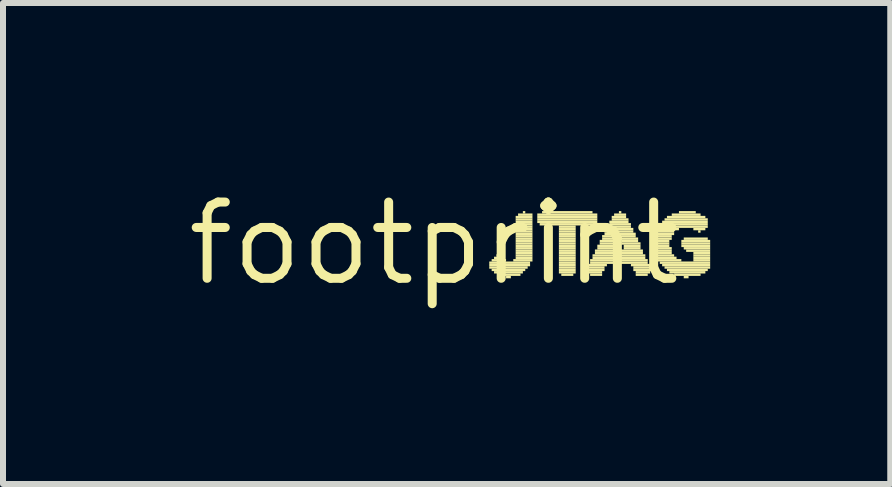
<source format=kicad_pcb>
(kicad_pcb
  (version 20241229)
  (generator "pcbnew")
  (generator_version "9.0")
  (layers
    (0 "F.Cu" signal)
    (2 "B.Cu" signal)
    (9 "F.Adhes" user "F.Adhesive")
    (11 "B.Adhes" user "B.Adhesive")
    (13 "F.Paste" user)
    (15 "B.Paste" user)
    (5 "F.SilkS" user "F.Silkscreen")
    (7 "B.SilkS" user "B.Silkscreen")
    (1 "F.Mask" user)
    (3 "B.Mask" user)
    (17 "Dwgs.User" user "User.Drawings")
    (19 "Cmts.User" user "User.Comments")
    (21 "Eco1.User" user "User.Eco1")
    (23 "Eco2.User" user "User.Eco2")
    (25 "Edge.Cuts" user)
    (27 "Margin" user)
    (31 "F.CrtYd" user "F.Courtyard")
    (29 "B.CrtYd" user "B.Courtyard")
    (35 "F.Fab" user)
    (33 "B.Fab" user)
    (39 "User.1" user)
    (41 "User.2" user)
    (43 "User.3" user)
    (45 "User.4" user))
  (footprint "footprint"
    (layer "F.Cu")
    (at 4.18 1.006)
    (property "Reference" "footprint" (at 0 0 0) (layer "F.SilkS") (effects (font (size 1.27 1.27) (thickness 0.15))))
    (fp_poly (pts (xy 0.92 0.34) (xy 1.6 0.34) (xy 1.6 0.3) (xy 0.92 0.3)) (stroke (width 0) (type solid)) (fill yes) (layer "F.SilkS"))
    (fp_poly (pts (xy 0.92 0.38) (xy 1.6 0.38) (xy 1.6 0.34) (xy 0.92 0.34)) (stroke (width 0) (type solid)) (fill yes) (layer "F.SilkS"))
    (fp_poly (pts (xy 0.92 0.42) (xy 1.56 0.42) (xy 1.56 0.38) (xy 0.92 0.38)) (stroke (width 0) (type solid)) (fill yes) (layer "F.SilkS"))
    (fp_poly (pts (xy 0.96 0.3) (xy 1.2 0.3) (xy 1.2 0.26) (xy 0.96 0.26)) (stroke (width 0) (type solid)) (fill yes) (layer "F.SilkS"))
    (fp_poly (pts (xy 0.96 0.46) (xy 1.52 0.46) (xy 1.52 0.42) (xy 0.96 0.42)) (stroke (width 0) (type solid)) (fill yes) (layer "F.SilkS"))
    (fp_poly (pts (xy 1 0.26) (xy 1.16 0.26) (xy 1.16 0.22) (xy 1 0.22)) (stroke (width 0) (type solid)) (fill yes) (layer "F.SilkS"))
    (fp_poly (pts (xy 1 0.5) (xy 1.48 0.5) (xy 1.48 0.46) (xy 1 0.46)) (stroke (width 0) (type solid)) (fill yes) (layer "F.SilkS"))
    (fp_poly (pts (xy 1.04 0.22) (xy 1.08 0.22) (xy 1.08 0.18) (xy 1.04 0.18)) (stroke (width 0) (type solid)) (fill yes) (layer "F.SilkS"))
    (fp_poly (pts (xy 1.08 0.54) (xy 1.44 0.54) (xy 1.44 0.5) (xy 1.08 0.5)) (stroke (width 0) (type solid)) (fill yes) (layer "F.SilkS"))
    (fp_poly (pts (xy 1.2 0.58) (xy 1.28 0.58) (xy 1.28 0.54) (xy 1.2 0.54)) (stroke (width 0) (type solid)) (fill yes) (layer "F.SilkS"))
    (fp_poly (pts (xy 1.32 0.3) (xy 1.64 0.3) (xy 1.64 0.26) (xy 1.32 0.26)) (stroke (width 0) (type solid)) (fill yes) (layer "F.SilkS"))
    (fp_poly (pts (xy 1.36 -0.42) (xy 1.64 -0.42) (xy 1.64 -0.46) (xy 1.36 -0.46)) (stroke (width 0) (type solid)) (fill yes) (layer "F.SilkS"))
    (fp_poly (pts (xy 1.36 -0.38) (xy 1.64 -0.38) (xy 1.64 -0.42) (xy 1.36 -0.42)) (stroke (width 0) (type solid)) (fill yes) (layer "F.SilkS"))
    (fp_poly (pts (xy 1.36 -0.34) (xy 1.64 -0.34) (xy 1.64 -0.38) (xy 1.36 -0.38)) (stroke (width 0) (type solid)) (fill yes) (layer "F.SilkS"))
    (fp_poly (pts (xy 1.36 -0.3) (xy 1.64 -0.3) (xy 1.64 -0.34) (xy 1.36 -0.34)) (stroke (width 0) (type solid)) (fill yes) (layer "F.SilkS"))
    (fp_poly (pts (xy 1.36 -0.26) (xy 1.64 -0.26) (xy 1.64 -0.3) (xy 1.36 -0.3)) (stroke (width 0) (type solid)) (fill yes) (layer "F.SilkS"))
    (fp_poly (pts (xy 1.36 -0.22) (xy 1.64 -0.22) (xy 1.64 -0.26) (xy 1.36 -0.26)) (stroke (width 0) (type solid)) (fill yes) (layer "F.SilkS"))
    (fp_poly (pts (xy 1.36 -0.18) (xy 1.64 -0.18) (xy 1.64 -0.22) (xy 1.36 -0.22)) (stroke (width 0) (type solid)) (fill yes) (layer "F.SilkS"))
    (fp_poly (pts (xy 1.36 -0.14) (xy 1.64 -0.14) (xy 1.64 -0.18) (xy 1.36 -0.18)) (stroke (width 0) (type solid)) (fill yes) (layer "F.SilkS"))
    (fp_poly (pts (xy 1.36 -0.1) (xy 1.64 -0.1) (xy 1.64 -0.14) (xy 1.36 -0.14)) (stroke (width 0) (type solid)) (fill yes) (layer "F.SilkS"))
    (fp_poly (pts (xy 1.36 -0.06) (xy 1.64 -0.06) (xy 1.64 -0.1) (xy 1.36 -0.1)) (stroke (width 0) (type solid)) (fill yes) (layer "F.SilkS"))
    (fp_poly (pts (xy 1.36 -0.02) (xy 1.64 -0.02) (xy 1.64 -0.06) (xy 1.36 -0.06)) (stroke (width 0) (type solid)) (fill yes) (layer "F.SilkS"))
    (fp_poly (pts (xy 1.36 0.02) (xy 1.64 0.02) (xy 1.64 -0.02) (xy 1.36 -0.02)) (stroke (width 0) (type solid)) (fill yes) (layer "F.SilkS"))
    (fp_poly (pts (xy 1.36 0.06) (xy 1.64 0.06) (xy 1.64 0.02) (xy 1.36 0.02)) (stroke (width 0) (type solid)) (fill yes) (layer "F.SilkS"))
    (fp_poly (pts (xy 1.36 0.1) (xy 1.64 0.1) (xy 1.64 0.06) (xy 1.36 0.06)) (stroke (width 0) (type solid)) (fill yes) (layer "F.SilkS"))
    (fp_poly (pts (xy 1.36 0.14) (xy 1.64 0.14) (xy 1.64 0.1) (xy 1.36 0.1)) (stroke (width 0) (type solid)) (fill yes) (layer "F.SilkS"))
    (fp_poly (pts (xy 1.36 0.18) (xy 1.64 0.18) (xy 1.64 0.14) (xy 1.36 0.14)) (stroke (width 0) (type solid)) (fill yes) (layer "F.SilkS"))
    (fp_poly (pts (xy 1.36 0.22) (xy 1.64 0.22) (xy 1.64 0.18) (xy 1.36 0.18)) (stroke (width 0) (type solid)) (fill yes) (layer "F.SilkS"))
    (fp_poly (pts (xy 1.36 0.26) (xy 1.64 0.26) (xy 1.64 0.22) (xy 1.36 0.22)) (stroke (width 0) (type solid)) (fill yes) (layer "F.SilkS"))
    (fp_poly (pts (xy 1.4 -0.46) (xy 1.64 -0.46) (xy 1.64 -0.5) (xy 1.4 -0.5)) (stroke (width 0) (type solid)) (fill yes) (layer "F.SilkS"))
    (fp_poly (pts (xy 1.48 -0.5) (xy 1.52 -0.5) (xy 1.52 -0.54) (xy 1.48 -0.54)) (stroke (width 0) (type solid)) (fill yes) (layer "F.SilkS"))
    (fp_poly (pts (xy 1.72 -0.46) (xy 2.72 -0.46) (xy 2.72 -0.5) (xy 1.72 -0.5)) (stroke (width 0) (type solid)) (fill yes) (layer "F.SilkS"))
    (fp_poly (pts (xy 1.72 -0.42) (xy 2.72 -0.42) (xy 2.72 -0.46) (xy 1.72 -0.46)) (stroke (width 0) (type solid)) (fill yes) (layer "F.SilkS"))
    (fp_poly (pts (xy 1.72 -0.38) (xy 2.72 -0.38) (xy 2.72 -0.42) (xy 1.72 -0.42)) (stroke (width 0) (type solid)) (fill yes) (layer "F.SilkS"))
    (fp_poly (pts (xy 1.72 -0.34) (xy 2.72 -0.34) (xy 2.72 -0.38) (xy 1.72 -0.38)) (stroke (width 0) (type solid)) (fill yes) (layer "F.SilkS"))
    (fp_poly (pts (xy 1.76 -0.3) (xy 2.68 -0.3) (xy 2.68 -0.34) (xy 1.76 -0.34)) (stroke (width 0) (type solid)) (fill yes) (layer "F.SilkS"))
    (fp_poly (pts (xy 1.8 -0.5) (xy 2.64 -0.5) (xy 2.64 -0.54) (xy 1.8 -0.54)) (stroke (width 0) (type solid)) (fill yes) (layer "F.SilkS"))
    (fp_poly (pts (xy 2.08 -0.26) (xy 2.36 -0.26) (xy 2.36 -0.3) (xy 2.08 -0.3)) (stroke (width 0) (type solid)) (fill yes) (layer "F.SilkS"))
    (fp_poly (pts (xy 2.08 -0.22) (xy 2.36 -0.22) (xy 2.36 -0.26) (xy 2.08 -0.26)) (stroke (width 0) (type solid)) (fill yes) (layer "F.SilkS"))
    (fp_poly (pts (xy 2.08 -0.18) (xy 2.36 -0.18) (xy 2.36 -0.22) (xy 2.08 -0.22)) (stroke (width 0) (type solid)) (fill yes) (layer "F.SilkS"))
    (fp_poly (pts (xy 2.08 -0.14) (xy 2.36 -0.14) (xy 2.36 -0.18) (xy 2.08 -0.18)) (stroke (width 0) (type solid)) (fill yes) (layer "F.SilkS"))
    (fp_poly (pts (xy 2.08 -0.1) (xy 2.36 -0.1) (xy 2.36 -0.14) (xy 2.08 -0.14)) (stroke (width 0) (type solid)) (fill yes) (layer "F.SilkS"))
    (fp_poly (pts (xy 2.08 -0.06) (xy 2.36 -0.06) (xy 2.36 -0.1) (xy 2.08 -0.1)) (stroke (width 0) (type solid)) (fill yes) (layer "F.SilkS"))
    (fp_poly (pts (xy 2.08 -0.02) (xy 2.36 -0.02) (xy 2.36 -0.06) (xy 2.08 -0.06)) (stroke (width 0) (type solid)) (fill yes) (layer "F.SilkS"))
    (fp_poly (pts (xy 2.08 0.02) (xy 2.36 0.02) (xy 2.36 -0.02) (xy 2.08 -0.02)) (stroke (width 0) (type solid)) (fill yes) (layer "F.SilkS"))
    (fp_poly (pts (xy 2.08 0.06) (xy 2.36 0.06) (xy 2.36 0.02) (xy 2.08 0.02)) (stroke (width 0) (type solid)) (fill yes) (layer "F.SilkS"))
    (fp_poly (pts (xy 2.08 0.1) (xy 2.36 0.1) (xy 2.36 0.06) (xy 2.08 0.06)) (stroke (width 0) (type solid)) (fill yes) (layer "F.SilkS"))
    (fp_poly (pts (xy 2.08 0.14) (xy 2.36 0.14) (xy 2.36 0.1) (xy 2.08 0.1)) (stroke (width 0) (type solid)) (fill yes) (layer "F.SilkS"))
    (fp_poly (pts (xy 2.08 0.18) (xy 2.36 0.18) (xy 2.36 0.14) (xy 2.08 0.14)) (stroke (width 0) (type solid)) (fill yes) (layer "F.SilkS"))
    (fp_poly (pts (xy 2.08 0.22) (xy 2.36 0.22) (xy 2.36 0.18) (xy 2.08 0.18)) (stroke (width 0) (type solid)) (fill yes) (layer "F.SilkS"))
    (fp_poly (pts (xy 2.08 0.26) (xy 2.36 0.26) (xy 2.36 0.22) (xy 2.08 0.22)) (stroke (width 0) (type solid)) (fill yes) (layer "F.SilkS"))
    (fp_poly (pts (xy 2.08 0.3) (xy 2.36 0.3) (xy 2.36 0.26) (xy 2.08 0.26)) (stroke (width 0) (type solid)) (fill yes) (layer "F.SilkS"))
    (fp_poly (pts (xy 2.08 0.34) (xy 2.36 0.34) (xy 2.36 0.3) (xy 2.08 0.3)) (stroke (width 0) (type solid)) (fill yes) (layer "F.SilkS"))
    (fp_poly (pts (xy 2.08 0.38) (xy 2.36 0.38) (xy 2.36 0.34) (xy 2.08 0.34)) (stroke (width 0) (type solid)) (fill yes) (layer "F.SilkS"))
    (fp_poly (pts (xy 2.08 0.42) (xy 2.36 0.42) (xy 2.36 0.38) (xy 2.08 0.38)) (stroke (width 0) (type solid)) (fill yes) (layer "F.SilkS"))
    (fp_poly (pts (xy 2.08 0.46) (xy 2.36 0.46) (xy 2.36 0.42) (xy 2.08 0.42)) (stroke (width 0) (type solid)) (fill yes) (layer "F.SilkS"))
    (fp_poly (pts (xy 2.08 0.5) (xy 2.36 0.5) (xy 2.36 0.46) (xy 2.08 0.46)) (stroke (width 0) (type solid)) (fill yes) (layer "F.SilkS"))
    (fp_poly (pts (xy 2.12 0.54) (xy 2.32 0.54) (xy 2.32 0.5) (xy 2.12 0.5)) (stroke (width 0) (type solid)) (fill yes) (layer "F.SilkS"))
    (fp_poly (pts (xy 2.56 0.38) (xy 2.88 0.38) (xy 2.88 0.34) (xy 2.56 0.34)) (stroke (width 0) (type solid)) (fill yes) (layer "F.SilkS"))
    (fp_poly (pts (xy 2.56 0.42) (xy 2.84 0.42) (xy 2.84 0.38) (xy 2.56 0.38)) (stroke (width 0) (type solid)) (fill yes) (layer "F.SilkS"))
    (fp_poly (pts (xy 2.56 0.46) (xy 2.84 0.46) (xy 2.84 0.42) (xy 2.56 0.42)) (stroke (width 0) (type solid)) (fill yes) (layer "F.SilkS"))
    (fp_poly (pts (xy 2.56 0.5) (xy 2.8 0.5) (xy 2.8 0.46) (xy 2.56 0.46)) (stroke (width 0) (type solid)) (fill yes) (layer "F.SilkS"))
    (fp_poly (pts (xy 2.6 0.3) (xy 3.56 0.3) (xy 3.56 0.26) (xy 2.6 0.26)) (stroke (width 0) (type solid)) (fill yes) (layer "F.SilkS"))
    (fp_poly (pts (xy 2.6 0.34) (xy 3.56 0.34) (xy 3.56 0.3) (xy 2.6 0.3)) (stroke (width 0) (type solid)) (fill yes) (layer "F.SilkS"))
    (fp_poly (pts (xy 2.6 0.54) (xy 2.8 0.54) (xy 2.8 0.5) (xy 2.6 0.5)) (stroke (width 0) (type solid)) (fill yes) (layer "F.SilkS"))
    (fp_poly (pts (xy 2.64 0.22) (xy 3.52 0.22) (xy 3.52 0.18) (xy 2.64 0.18)) (stroke (width 0) (type solid)) (fill yes) (layer "F.SilkS"))
    (fp_poly (pts (xy 2.64 0.26) (xy 3.52 0.26) (xy 3.52 0.22) (xy 2.64 0.22)) (stroke (width 0) (type solid)) (fill yes) (layer "F.SilkS"))
    (fp_poly (pts (xy 2.68 0.14) (xy 3.48 0.14) (xy 3.48 0.1) (xy 2.68 0.1)) (stroke (width 0) (type solid)) (fill yes) (layer "F.SilkS"))
    (fp_poly (pts (xy 2.68 0.18) (xy 3.48 0.18) (xy 3.48 0.14) (xy 2.68 0.14)) (stroke (width 0) (type solid)) (fill yes) (layer "F.SilkS"))
    (fp_poly (pts (xy 2.72 0.06) (xy 3.04 0.06) (xy 3.04 0.02) (xy 2.72 0.02)) (stroke (width 0) (type solid)) (fill yes) (layer "F.SilkS"))
    (fp_poly (pts (xy 2.72 0.1) (xy 3 0.1) (xy 3 0.06) (xy 2.72 0.06)) (stroke (width 0) (type solid)) (fill yes) (layer "F.SilkS"))
    (fp_poly (pts (xy 2.76 -0.02) (xy 3.08 -0.02) (xy 3.08 -0.06) (xy 2.76 -0.06)) (stroke (width 0) (type solid)) (fill yes) (layer "F.SilkS"))
    (fp_poly (pts (xy 2.76 0.02) (xy 3.04 0.02) (xy 3.04 -0.02) (xy 2.76 -0.02)) (stroke (width 0) (type solid)) (fill yes) (layer "F.SilkS"))
    (fp_poly (pts (xy 2.8 -0.1) (xy 3.36 -0.1) (xy 3.36 -0.14) (xy 2.8 -0.14)) (stroke (width 0) (type solid)) (fill yes) (layer "F.SilkS"))
    (fp_poly (pts (xy 2.8 -0.06) (xy 3.4 -0.06) (xy 3.4 -0.1) (xy 2.8 -0.1)) (stroke (width 0) (type solid)) (fill yes) (layer "F.SilkS"))
    (fp_poly (pts (xy 2.84 -0.18) (xy 3.32 -0.18) (xy 3.32 -0.22) (xy 2.84 -0.22)) (stroke (width 0) (type solid)) (fill yes) (layer "F.SilkS"))
    (fp_poly (pts (xy 2.84 -0.14) (xy 3.36 -0.14) (xy 3.36 -0.18) (xy 2.84 -0.18)) (stroke (width 0) (type solid)) (fill yes) (layer "F.SilkS"))
    (fp_poly (pts (xy 2.88 -0.26) (xy 3.28 -0.26) (xy 3.28 -0.3) (xy 2.88 -0.3)) (stroke (width 0) (type solid)) (fill yes) (layer "F.SilkS"))
    (fp_poly (pts (xy 2.88 -0.22) (xy 3.32 -0.22) (xy 3.32 -0.26) (xy 2.88 -0.26)) (stroke (width 0) (type solid)) (fill yes) (layer "F.SilkS"))
    (fp_poly (pts (xy 2.92 -0.34) (xy 3.24 -0.34) (xy 3.24 -0.38) (xy 2.92 -0.38)) (stroke (width 0) (type solid)) (fill yes) (layer "F.SilkS"))
    (fp_poly (pts (xy 2.92 -0.3) (xy 3.28 -0.3) (xy 3.28 -0.34) (xy 2.92 -0.34)) (stroke (width 0) (type solid)) (fill yes) (layer "F.SilkS"))
    (fp_poly (pts (xy 2.96 -0.42) (xy 3.2 -0.42) (xy 3.2 -0.46) (xy 2.96 -0.46)) (stroke (width 0) (type solid)) (fill yes) (layer "F.SilkS"))
    (fp_poly (pts (xy 2.96 -0.38) (xy 3.24 -0.38) (xy 3.24 -0.42) (xy 2.96 -0.42)) (stroke (width 0) (type solid)) (fill yes) (layer "F.SilkS"))
    (fp_poly (pts (xy 3 -0.46) (xy 3.2 -0.46) (xy 3.2 -0.5) (xy 3 -0.5)) (stroke (width 0) (type solid)) (fill yes) (layer "F.SilkS"))
    (fp_poly (pts (xy 3.08 -0.5) (xy 3.12 -0.5) (xy 3.12 -0.54) (xy 3.08 -0.54)) (stroke (width 0) (type solid)) (fill yes) (layer "F.SilkS"))
    (fp_poly (pts (xy 3.12 -0.02) (xy 3.4 -0.02) (xy 3.4 -0.06) (xy 3.12 -0.06)) (stroke (width 0) (type solid)) (fill yes) (layer "F.SilkS"))
    (fp_poly (pts (xy 3.12 0.02) (xy 3.44 0.02) (xy 3.44 -0.02) (xy 3.12 -0.02)) (stroke (width 0) (type solid)) (fill yes) (layer "F.SilkS"))
    (fp_poly (pts (xy 3.16 0.06) (xy 3.44 0.06) (xy 3.44 0.02) (xy 3.16 0.02)) (stroke (width 0) (type solid)) (fill yes) (layer "F.SilkS"))
    (fp_poly (pts (xy 3.16 0.1) (xy 3.44 0.1) (xy 3.44 0.06) (xy 3.16 0.06)) (stroke (width 0) (type solid)) (fill yes) (layer "F.SilkS"))
    (fp_poly (pts (xy 3.28 0.38) (xy 3.6 0.38) (xy 3.6 0.34) (xy 3.28 0.34)) (stroke (width 0) (type solid)) (fill yes) (layer "F.SilkS"))
    (fp_poly (pts (xy 3.32 0.42) (xy 3.6 0.42) (xy 3.6 0.38) (xy 3.32 0.38)) (stroke (width 0) (type solid)) (fill yes) (layer "F.SilkS"))
    (fp_poly (pts (xy 3.32 0.46) (xy 3.64 0.46) (xy 3.64 0.42) (xy 3.32 0.42)) (stroke (width 0) (type solid)) (fill yes) (layer "F.SilkS"))
    (fp_poly (pts (xy 3.36 0.5) (xy 3.6 0.5) (xy 3.6 0.46) (xy 3.36 0.46)) (stroke (width 0) (type solid)) (fill yes) (layer "F.SilkS"))
    (fp_poly (pts (xy 3.36 0.54) (xy 3.56 0.54) (xy 3.56 0.5) (xy 3.36 0.5)) (stroke (width 0) (type solid)) (fill yes) (layer "F.SilkS"))
    (fp_poly (pts (xy 3.64 0.02) (xy 3.92 0.02) (xy 3.92 -0.02) (xy 3.64 -0.02)) (stroke (width 0) (type solid)) (fill yes) (layer "F.SilkS"))
    (fp_poly (pts (xy 3.68 -0.18) (xy 4 -0.18) (xy 4 -0.22) (xy 3.68 -0.22)) (stroke (width 0) (type solid)) (fill yes) (layer "F.SilkS"))
    (fp_poly (pts (xy 3.68 -0.14) (xy 4 -0.14) (xy 4 -0.18) (xy 3.68 -0.18)) (stroke (width 0) (type solid)) (fill yes) (layer "F.SilkS"))
    (fp_poly (pts (xy 3.68 -0.1) (xy 3.96 -0.1) (xy 3.96 -0.14) (xy 3.68 -0.14)) (stroke (width 0) (type solid)) (fill yes) (layer "F.SilkS"))
    (fp_poly (pts (xy 3.68 -0.06) (xy 3.96 -0.06) (xy 3.96 -0.1) (xy 3.68 -0.1)) (stroke (width 0) (type solid)) (fill yes) (layer "F.SilkS"))
    (fp_poly (pts (xy 3.68 -0.02) (xy 3.92 -0.02) (xy 3.92 -0.06) (xy 3.68 -0.06)) (stroke (width 0) (type solid)) (fill yes) (layer "F.SilkS"))
    (fp_poly (pts (xy 3.68 0.06) (xy 3.92 0.06) (xy 3.92 0.02) (xy 3.68 0.02)) (stroke (width 0) (type solid)) (fill yes) (layer "F.SilkS"))
    (fp_poly (pts (xy 3.68 0.1) (xy 3.96 0.1) (xy 3.96 0.06) (xy 3.68 0.06)) (stroke (width 0) (type solid)) (fill yes) (layer "F.SilkS"))
    (fp_poly (pts (xy 3.68 0.14) (xy 3.96 0.14) (xy 3.96 0.1) (xy 3.68 0.1)) (stroke (width 0) (type solid)) (fill yes) (layer "F.SilkS"))
    (fp_poly (pts (xy 3.68 0.18) (xy 3.96 0.18) (xy 3.96 0.14) (xy 3.68 0.14)) (stroke (width 0) (type solid)) (fill yes) (layer "F.SilkS"))
    (fp_poly (pts (xy 3.68 0.22) (xy 4 0.22) (xy 4 0.18) (xy 3.68 0.18)) (stroke (width 0) (type solid)) (fill yes) (layer "F.SilkS"))
    (fp_poly (pts (xy 3.72 -0.26) (xy 4.56 -0.26) (xy 4.56 -0.3) (xy 3.72 -0.3)) (stroke (width 0) (type solid)) (fill yes) (layer "F.SilkS"))
    (fp_poly (pts (xy 3.72 -0.22) (xy 4.08 -0.22) (xy 4.08 -0.26) (xy 3.72 -0.26)) (stroke (width 0) (type solid)) (fill yes) (layer "F.SilkS"))
    (fp_poly (pts (xy 3.72 0.26) (xy 4.04 0.26) (xy 4.04 0.22) (xy 3.72 0.22)) (stroke (width 0) (type solid)) (fill yes) (layer "F.SilkS"))
    (fp_poly (pts (xy 3.72 0.3) (xy 4.12 0.3) (xy 4.12 0.26) (xy 3.72 0.26)) (stroke (width 0) (type solid)) (fill yes) (layer "F.SilkS"))
    (fp_poly (pts (xy 3.76 -0.3) (xy 4.56 -0.3) (xy 4.56 -0.34) (xy 3.76 -0.34)) (stroke (width 0) (type solid)) (fill yes) (layer "F.SilkS"))
    (fp_poly (pts (xy 3.76 0.34) (xy 4.6 0.34) (xy 4.6 0.3) (xy 3.76 0.3)) (stroke (width 0) (type solid)) (fill yes) (layer "F.SilkS"))
    (fp_poly (pts (xy 3.8 -0.34) (xy 4.56 -0.34) (xy 4.56 -0.38) (xy 3.8 -0.38)) (stroke (width 0) (type solid)) (fill yes) (layer "F.SilkS"))
    (fp_poly (pts (xy 3.8 0.38) (xy 4.6 0.38) (xy 4.6 0.34) (xy 3.8 0.34)) (stroke (width 0) (type solid)) (fill yes) (layer "F.SilkS"))
    (fp_poly (pts (xy 3.84 -0.38) (xy 4.56 -0.38) (xy 4.56 -0.42) (xy 3.84 -0.42)) (stroke (width 0) (type solid)) (fill yes) (layer "F.SilkS"))
    (fp_poly (pts (xy 3.84 0.42) (xy 4.6 0.42) (xy 4.6 0.38) (xy 3.84 0.38)) (stroke (width 0) (type solid)) (fill yes) (layer "F.SilkS"))
    (fp_poly (pts (xy 3.88 -0.42) (xy 4.52 -0.42) (xy 4.52 -0.46) (xy 3.88 -0.46)) (stroke (width 0) (type solid)) (fill yes) (layer "F.SilkS"))
    (fp_poly (pts (xy 3.88 0.46) (xy 4.56 0.46) (xy 4.56 0.42) (xy 3.88 0.42)) (stroke (width 0) (type solid)) (fill yes) (layer "F.SilkS"))
    (fp_poly (pts (xy 3.92 0.5) (xy 4.52 0.5) (xy 4.52 0.46) (xy 3.92 0.46)) (stroke (width 0) (type solid)) (fill yes) (layer "F.SilkS"))
    (fp_poly (pts (xy 3.96 -0.46) (xy 4.44 -0.46) (xy 4.44 -0.5) (xy 3.96 -0.5)) (stroke (width 0) (type solid)) (fill yes) (layer "F.SilkS"))
    (fp_poly (pts (xy 4 0.54) (xy 4.44 0.54) (xy 4.44 0.5) (xy 4 0.5)) (stroke (width 0) (type solid)) (fill yes) (layer "F.SilkS"))
    (fp_poly (pts (xy 4.08 -0.5) (xy 4.36 -0.5) (xy 4.36 -0.54) (xy 4.08 -0.54)) (stroke (width 0) (type solid)) (fill yes) (layer "F.SilkS"))
    (fp_poly (pts (xy 4.12 -0.02) (xy 4.6 -0.02) (xy 4.6 -0.06) (xy 4.12 -0.06)) (stroke (width 0) (type solid)) (fill yes) (layer "F.SilkS"))
    (fp_poly (pts (xy 4.12 0.02) (xy 4.6 0.02) (xy 4.6 -0.02) (xy 4.12 -0.02)) (stroke (width 0) (type solid)) (fill yes) (layer "F.SilkS"))
    (fp_poly (pts (xy 4.12 0.06) (xy 4.6 0.06) (xy 4.6 0.02) (xy 4.12 0.02)) (stroke (width 0) (type solid)) (fill yes) (layer "F.SilkS"))
    (fp_poly (pts (xy 4.16 -0.06) (xy 4.56 -0.06) (xy 4.56 -0.1) (xy 4.16 -0.1)) (stroke (width 0) (type solid)) (fill yes) (layer "F.SilkS"))
    (fp_poly (pts (xy 4.16 0.1) (xy 4.6 0.1) (xy 4.6 0.06) (xy 4.16 0.06)) (stroke (width 0) (type solid)) (fill yes) (layer "F.SilkS"))
    (fp_poly (pts (xy 4.16 0.58) (xy 4.24 0.58) (xy 4.24 0.54) (xy 4.16 0.54)) (stroke (width 0) (type solid)) (fill yes) (layer "F.SilkS"))
    (fp_poly (pts (xy 4.2 0.14) (xy 4.6 0.14) (xy 4.6 0.1) (xy 4.2 0.1)) (stroke (width 0) (type solid)) (fill yes) (layer "F.SilkS"))
    (fp_poly (pts (xy 4.32 -0.22) (xy 4.52 -0.22) (xy 4.52 -0.26) (xy 4.32 -0.26)) (stroke (width 0) (type solid)) (fill yes) (layer "F.SilkS"))
    (fp_poly (pts (xy 4.32 0.18) (xy 4.6 0.18) (xy 4.6 0.14) (xy 4.32 0.14)) (stroke (width 0) (type solid)) (fill yes) (layer "F.SilkS"))
    (fp_poly (pts (xy 4.32 0.22) (xy 4.6 0.22) (xy 4.6 0.18) (xy 4.32 0.18)) (stroke (width 0) (type solid)) (fill yes) (layer "F.SilkS"))
    (fp_poly (pts (xy 4.32 0.26) (xy 4.6 0.26) (xy 4.6 0.22) (xy 4.32 0.22)) (stroke (width 0) (type solid)) (fill yes) (layer "F.SilkS"))
    (fp_poly (pts (xy 4.32 0.3) (xy 4.6 0.3) (xy 4.6 0.26) (xy 4.32 0.26)) (stroke (width 0) (type solid)) (fill yes) (layer "F.SilkS"))
    (fp_poly (pts (xy 4.4 -0.18) (xy 4.44 -0.18) (xy 4.44 -0.22) (xy 4.4 -0.22)) (stroke (width 0) (type solid)) (fill yes) (layer "F.SilkS")))
  (gr_rect
    (start -3 -3)
    (end 11.78 5.012)
    (stroke (width 0.1) (type default))
    (fill no)
    (layer "Edge.Cuts")))
</source>
